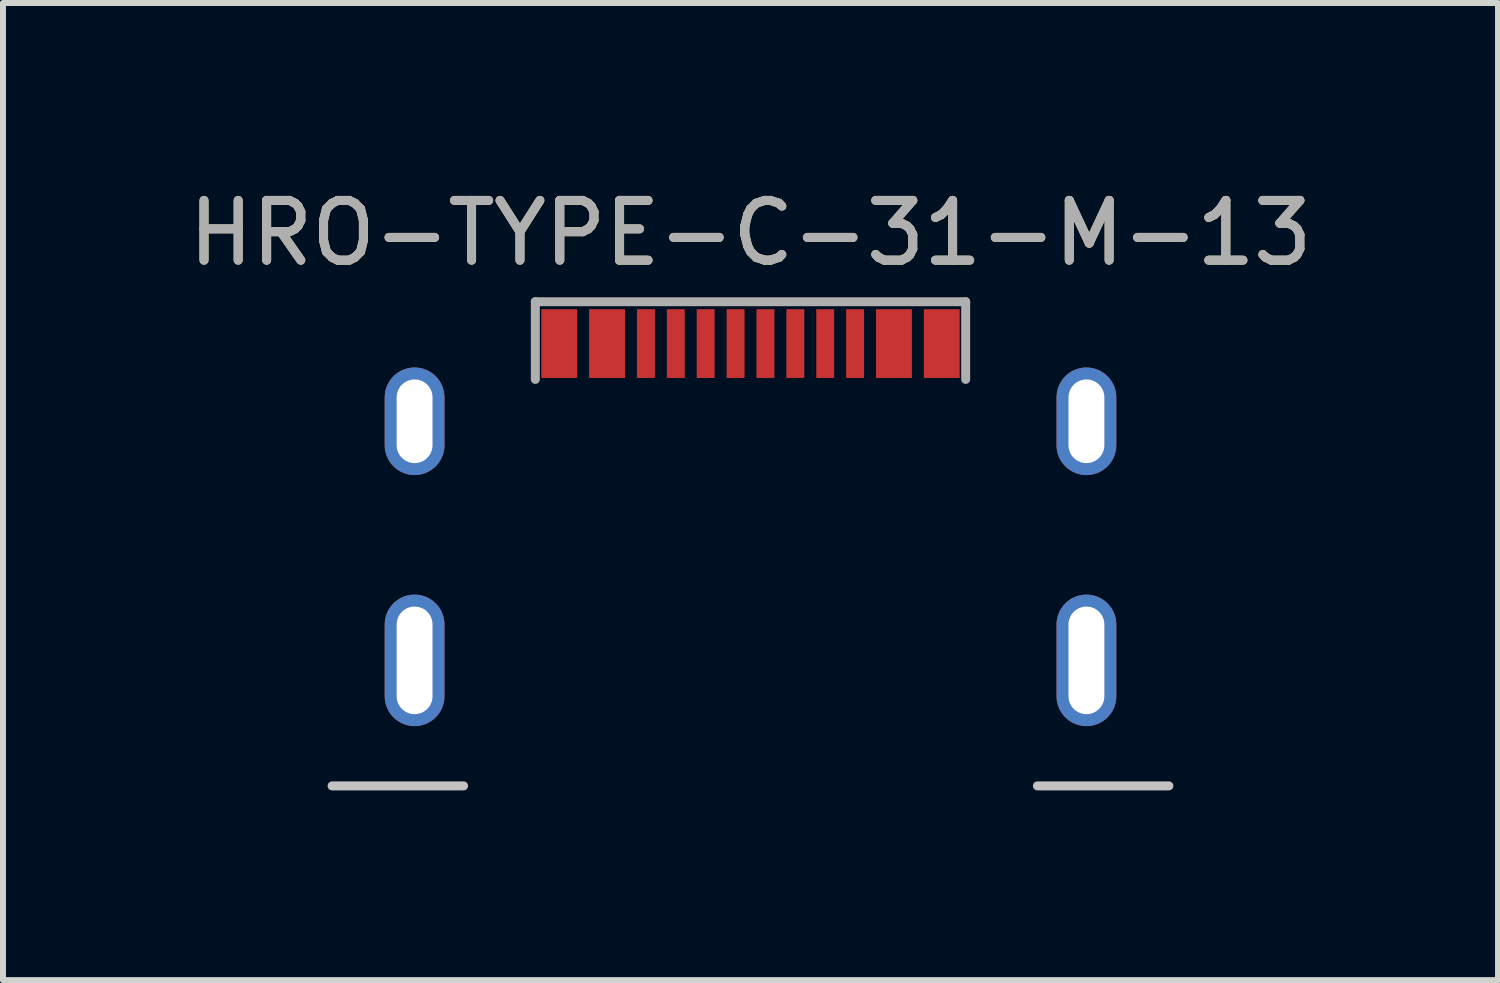
<source format=kicad_pcb>
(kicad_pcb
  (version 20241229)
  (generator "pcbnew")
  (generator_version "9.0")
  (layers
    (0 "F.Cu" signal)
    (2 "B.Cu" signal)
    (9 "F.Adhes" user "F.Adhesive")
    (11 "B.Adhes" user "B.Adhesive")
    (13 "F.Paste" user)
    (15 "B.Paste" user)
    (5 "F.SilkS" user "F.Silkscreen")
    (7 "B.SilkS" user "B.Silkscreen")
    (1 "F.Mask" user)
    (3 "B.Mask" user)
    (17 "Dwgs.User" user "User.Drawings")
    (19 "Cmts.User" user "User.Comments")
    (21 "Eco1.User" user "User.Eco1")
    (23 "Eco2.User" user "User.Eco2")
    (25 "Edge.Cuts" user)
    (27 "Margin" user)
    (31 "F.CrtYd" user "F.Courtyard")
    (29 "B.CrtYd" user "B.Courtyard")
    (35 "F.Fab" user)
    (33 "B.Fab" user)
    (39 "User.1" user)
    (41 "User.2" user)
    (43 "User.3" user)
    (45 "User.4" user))
  (footprint "HRO-TYPE-C-31-M-13"
    (layer "F.Cu")
    (at 9.506 10.098)
    (property "Reference" "HRO-TYPE-C-31-M-13" (at 0 -9.25 0) (layer "F.SilkS") (effects (font (size 1 1) (thickness 0.15))))
    (attr smd)
    (fp_line (start -4.8 0) (end -7 0) (stroke (width 0.15) (type solid)) (layer "Dwgs.User"))
    (fp_line (start 7 0) (end 4.8 0) (stroke (width 0.15) (type solid)) (layer "Dwgs.User"))
    (fp_line (start -4.8 -6.8) (end -4.8 0) (stroke (width 0.15) (type solid)) (layer "Eco2.User"))
    (fp_line (start 4.8 -6.8) (end -4.8 -6.8) (stroke (width 0.15) (type solid)) (layer "Eco2.User"))
    (fp_line (start 4.8 -6.8) (end 4.8 0) (stroke (width 0.15) (type solid)) (layer "Eco2.User"))
    (fp_line (start -3.6 -8.1) (end 3.6 -8.1) (stroke (width 0.15) (type solid)) (layer "F.Fab"))
    (fp_line (start -3.6 -6.8) (end -3.6 -8.1) (stroke (width 0.15) (type solid)) (layer "F.Fab"))
    (fp_line (start 3.6 -8.1) (end 3.6 -6.8) (stroke (width 0.15) (type solid)) (layer "F.Fab"))
    (fp_text user "${REFERENCE}" (at 0 -9.25 0) (layer "F.Fab") (effects (font (size 1 1) (thickness 0.15))))
    (pad "1" smd rect (at -3.2 -7.4) (size 0.6 1.15) (layers "F.Cu" "F.Mask" "F.Paste"))
    (pad "2" smd rect (at -2.4 -7.4) (size 0.6 1.15) (layers "F.Cu" "F.Mask" "F.Paste"))
    (pad "3" smd rect (at -1.75 -7.4) (size 0.3 1.15) (layers "F.Cu" "F.Mask" "F.Paste"))
    (pad "4" smd rect (at -1.25 -7.4) (size 0.3 1.15) (layers "F.Cu" "F.Mask" "F.Paste"))
    (pad "5" smd rect (at -0.75 -7.4) (size 0.3 1.15) (layers "F.Cu" "F.Mask" "F.Paste"))
    (pad "6" smd rect (at -0.25 -7.4) (size 0.3 1.15) (layers "F.Cu" "F.Mask" "F.Paste"))
    (pad "7" smd rect (at 0.25 -7.4) (size 0.3 1.15) (layers "F.Cu" "F.Mask" "F.Paste"))
    (pad "8" smd rect (at 0.75 -7.4) (size 0.3 1.15) (layers "F.Cu" "F.Mask" "F.Paste"))
    (pad "9" smd rect (at 1.25 -7.4) (size 0.3 1.15) (layers "F.Cu" "F.Mask" "F.Paste"))
    (pad "10" smd rect (at 1.75 -7.4) (size 0.3 1.15) (layers "F.Cu" "F.Mask" "F.Paste"))
    (pad "11" smd rect (at 2.4 -7.4) (size 0.6 1.15) (layers "F.Cu" "F.Mask" "F.Paste"))
    (pad "12" smd rect (at 3.2 -7.4) (size 0.6 1.15) (layers "F.Cu" "F.Mask" "F.Paste"))
    (pad "13" thru_hole oval (at -5.62 -6.1) (size 1 1.8) (drill oval 0.6 1.4) (layers "*.Cu" "*.Mask"))
    (pad "13" thru_hole oval (at -5.62 -2.1) (size 1 2.2) (drill oval 0.6 1.8) (layers "*.Cu" "*.Mask"))
    (pad "13" thru_hole oval (at 5.62 -6.1) (size 1 1.8) (drill oval 0.6 1.4) (layers "*.Cu" "*.Mask"))
    (pad "13" thru_hole oval (at 5.62 -2.1) (size 1 2.2) (drill oval 0.6 1.8) (layers "*.Cu" "*.Mask")))
  (gr_rect
    (start -3 -3)
    (end 22.012 13.348)
    (stroke (width 0.1) (type default))
    (fill no)
    (layer "Edge.Cuts")))
</source>
